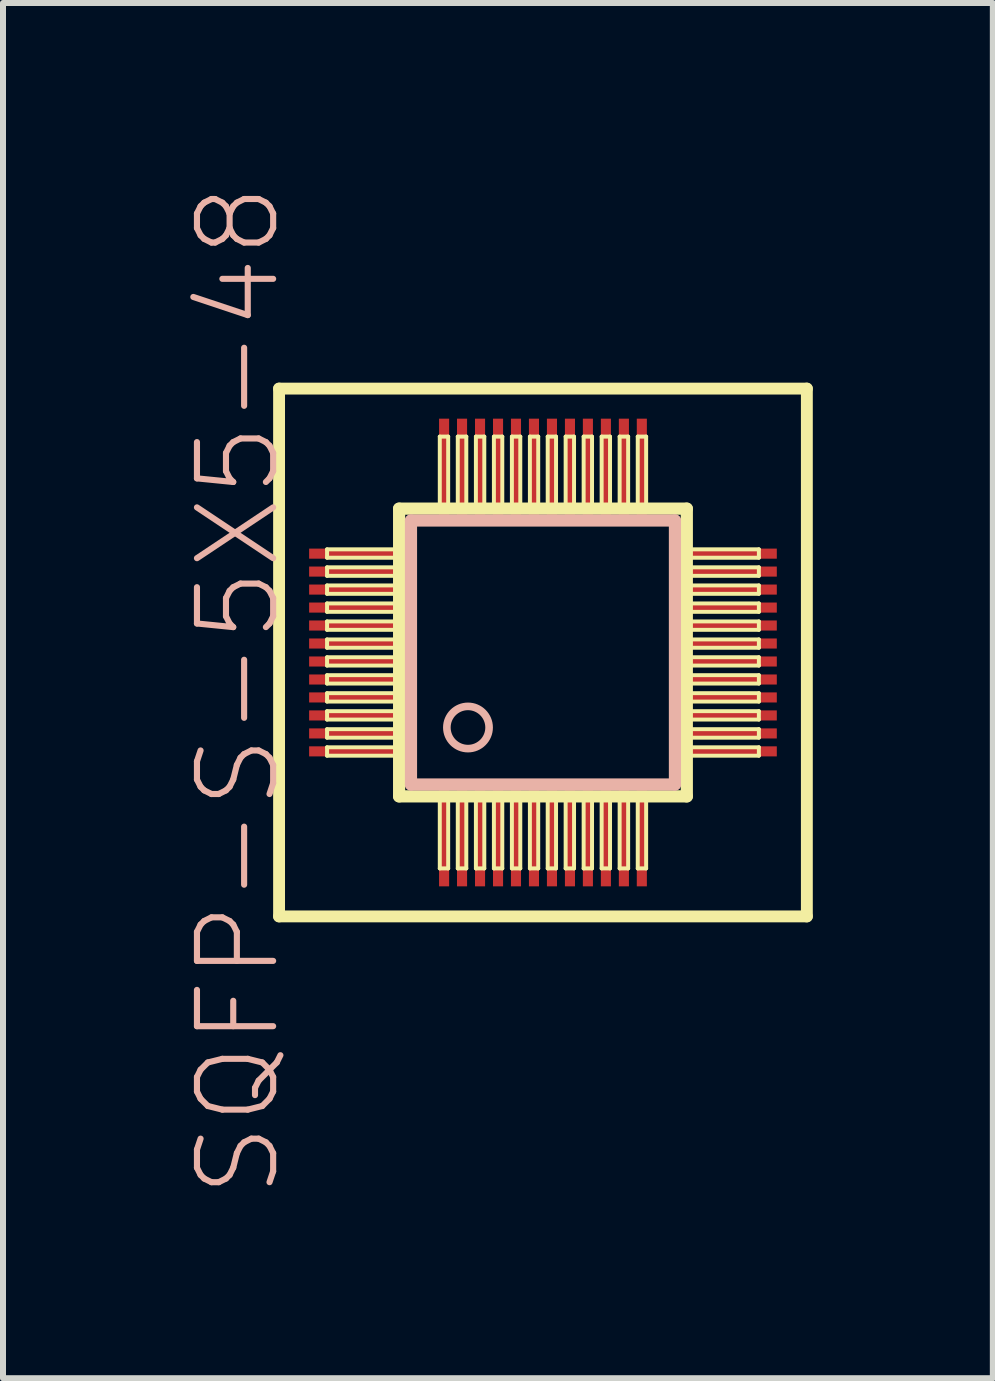
<source format=kicad_pcb>
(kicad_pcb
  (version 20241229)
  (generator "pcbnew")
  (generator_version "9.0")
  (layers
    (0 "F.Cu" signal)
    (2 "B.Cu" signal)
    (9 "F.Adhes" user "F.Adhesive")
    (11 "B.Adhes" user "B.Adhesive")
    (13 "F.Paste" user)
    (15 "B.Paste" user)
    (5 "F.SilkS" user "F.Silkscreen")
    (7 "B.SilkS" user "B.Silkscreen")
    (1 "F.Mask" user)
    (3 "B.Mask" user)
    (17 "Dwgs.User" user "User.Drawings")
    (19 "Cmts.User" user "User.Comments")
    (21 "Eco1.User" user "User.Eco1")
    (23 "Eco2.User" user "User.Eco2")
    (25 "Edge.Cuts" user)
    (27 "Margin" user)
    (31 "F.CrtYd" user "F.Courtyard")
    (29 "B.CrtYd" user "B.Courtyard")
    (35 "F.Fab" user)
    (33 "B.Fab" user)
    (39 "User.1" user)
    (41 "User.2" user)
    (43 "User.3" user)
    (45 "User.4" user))
  (footprint "SQFP-S-5X5-48"
    (layer "F.Cu")
    (at 6.001 7.827)
    (property "Reference" "SQFP-S-5X5-48" (at -5.08 0.635 90) (layer "B.SilkS") (effects (font (size 1.27 1.27) (thickness 0.102))))
    (attr smd)
    (fp_line (start -4.399 -4.399) (end 4.399 -4.399) (stroke (width 0.198) (type solid)) (layer "F.SilkS"))
    (fp_line (start -4.399 4.399) (end -4.399 -4.399) (stroke (width 0.198) (type solid)) (layer "F.SilkS"))
    (fp_line (start -3.599 -1.72) (end -2.449 -1.72) (stroke (width 0.066) (type solid)) (layer "F.SilkS"))
    (fp_line (start -3.599 -1.58) (end -3.599 -1.72) (stroke (width 0.066) (type solid)) (layer "F.SilkS"))
    (fp_line (start -3.599 -1.58) (end -2.449 -1.58) (stroke (width 0.066) (type solid)) (layer "F.SilkS"))
    (fp_line (start -3.599 -1.42) (end -2.449 -1.42) (stroke (width 0.066) (type solid)) (layer "F.SilkS"))
    (fp_line (start -3.599 -1.278) (end -3.599 -1.42) (stroke (width 0.066) (type solid)) (layer "F.SilkS"))
    (fp_line (start -3.599 -1.278) (end -2.449 -1.278) (stroke (width 0.066) (type solid)) (layer "F.SilkS"))
    (fp_line (start -3.599 -1.118) (end -2.449 -1.118) (stroke (width 0.066) (type solid)) (layer "F.SilkS"))
    (fp_line (start -3.599 -0.978) (end -3.599 -1.118) (stroke (width 0.066) (type solid)) (layer "F.SilkS"))
    (fp_line (start -3.599 -0.978) (end -2.449 -0.978) (stroke (width 0.066) (type solid)) (layer "F.SilkS"))
    (fp_line (start -3.599 -0.818) (end -2.449 -0.818) (stroke (width 0.066) (type solid)) (layer "F.SilkS"))
    (fp_line (start -3.599 -0.678) (end -3.599 -0.818) (stroke (width 0.066) (type solid)) (layer "F.SilkS"))
    (fp_line (start -3.599 -0.678) (end -2.449 -0.678) (stroke (width 0.066) (type solid)) (layer "F.SilkS"))
    (fp_line (start -3.599 -0.518) (end -2.449 -0.518) (stroke (width 0.066) (type solid)) (layer "F.SilkS"))
    (fp_line (start -3.599 -0.378) (end -3.599 -0.518) (stroke (width 0.066) (type solid)) (layer "F.SilkS"))
    (fp_line (start -3.599 -0.378) (end -2.449 -0.378) (stroke (width 0.066) (type solid)) (layer "F.SilkS"))
    (fp_line (start -3.599 -0.218) (end -2.449 -0.218) (stroke (width 0.066) (type solid)) (layer "F.SilkS"))
    (fp_line (start -3.599 -0.079) (end -3.599 -0.218) (stroke (width 0.066) (type solid)) (layer "F.SilkS"))
    (fp_line (start -3.599 -0.079) (end -2.449 -0.079) (stroke (width 0.066) (type solid)) (layer "F.SilkS"))
    (fp_line (start -3.599 0.079) (end -2.449 0.079) (stroke (width 0.066) (type solid)) (layer "F.SilkS"))
    (fp_line (start -3.599 0.218) (end -3.599 0.079) (stroke (width 0.066) (type solid)) (layer "F.SilkS"))
    (fp_line (start -3.599 0.218) (end -2.449 0.218) (stroke (width 0.066) (type solid)) (layer "F.SilkS"))
    (fp_line (start -3.599 0.378) (end -2.449 0.378) (stroke (width 0.066) (type solid)) (layer "F.SilkS"))
    (fp_line (start -3.599 0.518) (end -3.599 0.378) (stroke (width 0.066) (type solid)) (layer "F.SilkS"))
    (fp_line (start -3.599 0.518) (end -2.449 0.518) (stroke (width 0.066) (type solid)) (layer "F.SilkS"))
    (fp_line (start -3.599 0.678) (end -2.449 0.678) (stroke (width 0.066) (type solid)) (layer "F.SilkS"))
    (fp_line (start -3.599 0.818) (end -3.599 0.678) (stroke (width 0.066) (type solid)) (layer "F.SilkS"))
    (fp_line (start -3.599 0.818) (end -2.449 0.818) (stroke (width 0.066) (type solid)) (layer "F.SilkS"))
    (fp_line (start -3.599 0.978) (end -2.449 0.978) (stroke (width 0.066) (type solid)) (layer "F.SilkS"))
    (fp_line (start -3.599 1.118) (end -3.599 0.978) (stroke (width 0.066) (type solid)) (layer "F.SilkS"))
    (fp_line (start -3.599 1.118) (end -2.449 1.118) (stroke (width 0.066) (type solid)) (layer "F.SilkS"))
    (fp_line (start -3.599 1.278) (end -2.449 1.278) (stroke (width 0.066) (type solid)) (layer "F.SilkS"))
    (fp_line (start -3.599 1.42) (end -3.599 1.278) (stroke (width 0.066) (type solid)) (layer "F.SilkS"))
    (fp_line (start -3.599 1.42) (end -2.449 1.42) (stroke (width 0.066) (type solid)) (layer "F.SilkS"))
    (fp_line (start -3.599 1.58) (end -2.449 1.58) (stroke (width 0.066) (type solid)) (layer "F.SilkS"))
    (fp_line (start -3.599 1.72) (end -3.599 1.58) (stroke (width 0.066) (type solid)) (layer "F.SilkS"))
    (fp_line (start -3.599 1.72) (end -2.449 1.72) (stroke (width 0.066) (type solid)) (layer "F.SilkS"))
    (fp_line (start -2.449 -1.58) (end -2.449 -1.72) (stroke (width 0.066) (type solid)) (layer "F.SilkS"))
    (fp_line (start -2.449 -1.278) (end -2.449 -1.42) (stroke (width 0.066) (type solid)) (layer "F.SilkS"))
    (fp_line (start -2.449 -0.978) (end -2.449 -1.118) (stroke (width 0.066) (type solid)) (layer "F.SilkS"))
    (fp_line (start -2.449 -0.678) (end -2.449 -0.818) (stroke (width 0.066) (type solid)) (layer "F.SilkS"))
    (fp_line (start -2.449 -0.378) (end -2.449 -0.518) (stroke (width 0.066) (type solid)) (layer "F.SilkS"))
    (fp_line (start -2.449 -0.079) (end -2.449 -0.218) (stroke (width 0.066) (type solid)) (layer "F.SilkS"))
    (fp_line (start -2.449 0.218) (end -2.449 0.079) (stroke (width 0.066) (type solid)) (layer "F.SilkS"))
    (fp_line (start -2.449 0.518) (end -2.449 0.378) (stroke (width 0.066) (type solid)) (layer "F.SilkS"))
    (fp_line (start -2.449 0.818) (end -2.449 0.678) (stroke (width 0.066) (type solid)) (layer "F.SilkS"))
    (fp_line (start -2.449 1.118) (end -2.449 0.978) (stroke (width 0.066) (type solid)) (layer "F.SilkS"))
    (fp_line (start -2.449 1.42) (end -2.449 1.278) (stroke (width 0.066) (type solid)) (layer "F.SilkS"))
    (fp_line (start -2.449 1.72) (end -2.449 1.58) (stroke (width 0.066) (type solid)) (layer "F.SilkS"))
    (fp_line (start -2.398 -2.398) (end -2.398 2.398) (stroke (width 0.203) (type solid)) (layer "F.SilkS"))
    (fp_line (start -2.398 2.398) (end 2.398 2.398) (stroke (width 0.203) (type solid)) (layer "F.SilkS"))
    (fp_line (start -1.72 -3.599) (end -1.58 -3.599) (stroke (width 0.066) (type solid)) (layer "F.SilkS"))
    (fp_line (start -1.72 -2.449) (end -1.72 -3.599) (stroke (width 0.066) (type solid)) (layer "F.SilkS"))
    (fp_line (start -1.72 -2.449) (end -1.58 -2.449) (stroke (width 0.066) (type solid)) (layer "F.SilkS"))
    (fp_line (start -1.72 2.449) (end -1.58 2.449) (stroke (width 0.066) (type solid)) (layer "F.SilkS"))
    (fp_line (start -1.72 3.599) (end -1.72 2.449) (stroke (width 0.066) (type solid)) (layer "F.SilkS"))
    (fp_line (start -1.72 3.599) (end -1.58 3.599) (stroke (width 0.066) (type solid)) (layer "F.SilkS"))
    (fp_line (start -1.58 -2.449) (end -1.58 -3.599) (stroke (width 0.066) (type solid)) (layer "F.SilkS"))
    (fp_line (start -1.58 3.599) (end -1.58 2.449) (stroke (width 0.066) (type solid)) (layer "F.SilkS"))
    (fp_line (start -1.42 -3.599) (end -1.278 -3.599) (stroke (width 0.066) (type solid)) (layer "F.SilkS"))
    (fp_line (start -1.42 -2.449) (end -1.42 -3.599) (stroke (width 0.066) (type solid)) (layer "F.SilkS"))
    (fp_line (start -1.42 -2.449) (end -1.278 -2.449) (stroke (width 0.066) (type solid)) (layer "F.SilkS"))
    (fp_line (start -1.42 2.449) (end -1.278 2.449) (stroke (width 0.066) (type solid)) (layer "F.SilkS"))
    (fp_line (start -1.42 3.599) (end -1.42 2.449) (stroke (width 0.066) (type solid)) (layer "F.SilkS"))
    (fp_line (start -1.42 3.599) (end -1.278 3.599) (stroke (width 0.066) (type solid)) (layer "F.SilkS"))
    (fp_line (start -1.278 -2.449) (end -1.278 -3.599) (stroke (width 0.066) (type solid)) (layer "F.SilkS"))
    (fp_line (start -1.278 3.599) (end -1.278 2.449) (stroke (width 0.066) (type solid)) (layer "F.SilkS"))
    (fp_line (start -1.118 -3.599) (end -0.978 -3.599) (stroke (width 0.066) (type solid)) (layer "F.SilkS"))
    (fp_line (start -1.118 -2.449) (end -1.118 -3.599) (stroke (width 0.066) (type solid)) (layer "F.SilkS"))
    (fp_line (start -1.118 -2.449) (end -0.978 -2.449) (stroke (width 0.066) (type solid)) (layer "F.SilkS"))
    (fp_line (start -1.118 2.449) (end -0.978 2.449) (stroke (width 0.066) (type solid)) (layer "F.SilkS"))
    (fp_line (start -1.118 3.599) (end -1.118 2.449) (stroke (width 0.066) (type solid)) (layer "F.SilkS"))
    (fp_line (start -1.118 3.599) (end -0.978 3.599) (stroke (width 0.066) (type solid)) (layer "F.SilkS"))
    (fp_line (start -0.978 -2.449) (end -0.978 -3.599) (stroke (width 0.066) (type solid)) (layer "F.SilkS"))
    (fp_line (start -0.978 3.599) (end -0.978 2.449) (stroke (width 0.066) (type solid)) (layer "F.SilkS"))
    (fp_line (start -0.818 -3.599) (end -0.678 -3.599) (stroke (width 0.066) (type solid)) (layer "F.SilkS"))
    (fp_line (start -0.818 -2.449) (end -0.818 -3.599) (stroke (width 0.066) (type solid)) (layer "F.SilkS"))
    (fp_line (start -0.818 -2.449) (end -0.678 -2.449) (stroke (width 0.066) (type solid)) (layer "F.SilkS"))
    (fp_line (start -0.818 2.449) (end -0.678 2.449) (stroke (width 0.066) (type solid)) (layer "F.SilkS"))
    (fp_line (start -0.818 3.599) (end -0.818 2.449) (stroke (width 0.066) (type solid)) (layer "F.SilkS"))
    (fp_line (start -0.818 3.599) (end -0.678 3.599) (stroke (width 0.066) (type solid)) (layer "F.SilkS"))
    (fp_line (start -0.678 -2.449) (end -0.678 -3.599) (stroke (width 0.066) (type solid)) (layer "F.SilkS"))
    (fp_line (start -0.678 3.599) (end -0.678 2.449) (stroke (width 0.066) (type solid)) (layer "F.SilkS"))
    (fp_line (start -0.518 -3.599) (end -0.378 -3.599) (stroke (width 0.066) (type solid)) (layer "F.SilkS"))
    (fp_line (start -0.518 -2.449) (end -0.518 -3.599) (stroke (width 0.066) (type solid)) (layer "F.SilkS"))
    (fp_line (start -0.518 -2.449) (end -0.378 -2.449) (stroke (width 0.066) (type solid)) (layer "F.SilkS"))
    (fp_line (start -0.518 2.449) (end -0.378 2.449) (stroke (width 0.066) (type solid)) (layer "F.SilkS"))
    (fp_line (start -0.518 3.599) (end -0.518 2.449) (stroke (width 0.066) (type solid)) (layer "F.SilkS"))
    (fp_line (start -0.518 3.599) (end -0.378 3.599) (stroke (width 0.066) (type solid)) (layer "F.SilkS"))
    (fp_line (start -0.378 -2.449) (end -0.378 -3.599) (stroke (width 0.066) (type solid)) (layer "F.SilkS"))
    (fp_line (start -0.378 3.599) (end -0.378 2.449) (stroke (width 0.066) (type solid)) (layer "F.SilkS"))
    (fp_line (start -0.218 -3.599) (end -0.079 -3.599) (stroke (width 0.066) (type solid)) (layer "F.SilkS"))
    (fp_line (start -0.218 -2.449) (end -0.218 -3.599) (stroke (width 0.066) (type solid)) (layer "F.SilkS"))
    (fp_line (start -0.218 -2.449) (end -0.079 -2.449) (stroke (width 0.066) (type solid)) (layer "F.SilkS"))
    (fp_line (start -0.218 2.449) (end -0.079 2.449) (stroke (width 0.066) (type solid)) (layer "F.SilkS"))
    (fp_line (start -0.218 3.599) (end -0.218 2.449) (stroke (width 0.066) (type solid)) (layer "F.SilkS"))
    (fp_line (start -0.218 3.599) (end -0.079 3.599) (stroke (width 0.066) (type solid)) (layer "F.SilkS"))
    (fp_line (start -0.079 -2.449) (end -0.079 -3.599) (stroke (width 0.066) (type solid)) (layer "F.SilkS"))
    (fp_line (start -0.079 3.599) (end -0.079 2.449) (stroke (width 0.066) (type solid)) (layer "F.SilkS"))
    (fp_line (start 0.079 -3.599) (end 0.218 -3.599) (stroke (width 0.066) (type solid)) (layer "F.SilkS"))
    (fp_line (start 0.079 -2.449) (end 0.079 -3.599) (stroke (width 0.066) (type solid)) (layer "F.SilkS"))
    (fp_line (start 0.079 -2.449) (end 0.218 -2.449) (stroke (width 0.066) (type solid)) (layer "F.SilkS"))
    (fp_line (start 0.079 2.449) (end 0.218 2.449) (stroke (width 0.066) (type solid)) (layer "F.SilkS"))
    (fp_line (start 0.079 3.599) (end 0.079 2.449) (stroke (width 0.066) (type solid)) (layer "F.SilkS"))
    (fp_line (start 0.079 3.599) (end 0.218 3.599) (stroke (width 0.066) (type solid)) (layer "F.SilkS"))
    (fp_line (start 0.218 -2.449) (end 0.218 -3.599) (stroke (width 0.066) (type solid)) (layer "F.SilkS"))
    (fp_line (start 0.218 3.599) (end 0.218 2.449) (stroke (width 0.066) (type solid)) (layer "F.SilkS"))
    (fp_line (start 0.378 -3.599) (end 0.518 -3.599) (stroke (width 0.066) (type solid)) (layer "F.SilkS"))
    (fp_line (start 0.378 -2.449) (end 0.378 -3.599) (stroke (width 0.066) (type solid)) (layer "F.SilkS"))
    (fp_line (start 0.378 -2.449) (end 0.518 -2.449) (stroke (width 0.066) (type solid)) (layer "F.SilkS"))
    (fp_line (start 0.378 2.449) (end 0.518 2.449) (stroke (width 0.066) (type solid)) (layer "F.SilkS"))
    (fp_line (start 0.378 3.599) (end 0.378 2.449) (stroke (width 0.066) (type solid)) (layer "F.SilkS"))
    (fp_line (start 0.378 3.599) (end 0.518 3.599) (stroke (width 0.066) (type solid)) (layer "F.SilkS"))
    (fp_line (start 0.518 -2.449) (end 0.518 -3.599) (stroke (width 0.066) (type solid)) (layer "F.SilkS"))
    (fp_line (start 0.518 3.599) (end 0.518 2.449) (stroke (width 0.066) (type solid)) (layer "F.SilkS"))
    (fp_line (start 0.678 -3.599) (end 0.818 -3.599) (stroke (width 0.066) (type solid)) (layer "F.SilkS"))
    (fp_line (start 0.678 -2.449) (end 0.678 -3.599) (stroke (width 0.066) (type solid)) (layer "F.SilkS"))
    (fp_line (start 0.678 -2.449) (end 0.818 -2.449) (stroke (width 0.066) (type solid)) (layer "F.SilkS"))
    (fp_line (start 0.678 2.449) (end 0.818 2.449) (stroke (width 0.066) (type solid)) (layer "F.SilkS"))
    (fp_line (start 0.678 3.599) (end 0.678 2.449) (stroke (width 0.066) (type solid)) (layer "F.SilkS"))
    (fp_line (start 0.678 3.599) (end 0.818 3.599) (stroke (width 0.066) (type solid)) (layer "F.SilkS"))
    (fp_line (start 0.818 -2.449) (end 0.818 -3.599) (stroke (width 0.066) (type solid)) (layer "F.SilkS"))
    (fp_line (start 0.818 3.599) (end 0.818 2.449) (stroke (width 0.066) (type solid)) (layer "F.SilkS"))
    (fp_line (start 0.978 -3.599) (end 1.118 -3.599) (stroke (width 0.066) (type solid)) (layer "F.SilkS"))
    (fp_line (start 0.978 -2.449) (end 0.978 -3.599) (stroke (width 0.066) (type solid)) (layer "F.SilkS"))
    (fp_line (start 0.978 -2.449) (end 1.118 -2.449) (stroke (width 0.066) (type solid)) (layer "F.SilkS"))
    (fp_line (start 0.978 2.449) (end 1.118 2.449) (stroke (width 0.066) (type solid)) (layer "F.SilkS"))
    (fp_line (start 0.978 3.599) (end 0.978 2.449) (stroke (width 0.066) (type solid)) (layer "F.SilkS"))
    (fp_line (start 0.978 3.599) (end 1.118 3.599) (stroke (width 0.066) (type solid)) (layer "F.SilkS"))
    (fp_line (start 1.118 -2.449) (end 1.118 -3.599) (stroke (width 0.066) (type solid)) (layer "F.SilkS"))
    (fp_line (start 1.118 3.599) (end 1.118 2.449) (stroke (width 0.066) (type solid)) (layer "F.SilkS"))
    (fp_line (start 1.278 -3.599) (end 1.42 -3.599) (stroke (width 0.066) (type solid)) (layer "F.SilkS"))
    (fp_line (start 1.278 -2.449) (end 1.278 -3.599) (stroke (width 0.066) (type solid)) (layer "F.SilkS"))
    (fp_line (start 1.278 -2.449) (end 1.42 -2.449) (stroke (width 0.066) (type solid)) (layer "F.SilkS"))
    (fp_line (start 1.278 2.449) (end 1.42 2.449) (stroke (width 0.066) (type solid)) (layer "F.SilkS"))
    (fp_line (start 1.278 3.599) (end 1.278 2.449) (stroke (width 0.066) (type solid)) (layer "F.SilkS"))
    (fp_line (start 1.278 3.599) (end 1.42 3.599) (stroke (width 0.066) (type solid)) (layer "F.SilkS"))
    (fp_line (start 1.42 -2.449) (end 1.42 -3.599) (stroke (width 0.066) (type solid)) (layer "F.SilkS"))
    (fp_line (start 1.42 3.599) (end 1.42 2.449) (stroke (width 0.066) (type solid)) (layer "F.SilkS"))
    (fp_line (start 1.58 -3.599) (end 1.72 -3.599) (stroke (width 0.066) (type solid)) (layer "F.SilkS"))
    (fp_line (start 1.58 -2.449) (end 1.58 -3.599) (stroke (width 0.066) (type solid)) (layer "F.SilkS"))
    (fp_line (start 1.58 -2.449) (end 1.72 -2.449) (stroke (width 0.066) (type solid)) (layer "F.SilkS"))
    (fp_line (start 1.58 2.449) (end 1.72 2.449) (stroke (width 0.066) (type solid)) (layer "F.SilkS"))
    (fp_line (start 1.58 3.599) (end 1.58 2.449) (stroke (width 0.066) (type solid)) (layer "F.SilkS"))
    (fp_line (start 1.58 3.599) (end 1.72 3.599) (stroke (width 0.066) (type solid)) (layer "F.SilkS"))
    (fp_line (start 1.72 -2.449) (end 1.72 -3.599) (stroke (width 0.066) (type solid)) (layer "F.SilkS"))
    (fp_line (start 1.72 3.599) (end 1.72 2.449) (stroke (width 0.066) (type solid)) (layer "F.SilkS"))
    (fp_line (start 2.398 -2.398) (end -2.398 -2.398) (stroke (width 0.203) (type solid)) (layer "F.SilkS"))
    (fp_line (start 2.398 2.398) (end 2.398 -2.398) (stroke (width 0.203) (type solid)) (layer "F.SilkS"))
    (fp_line (start 2.449 -1.72) (end 3.599 -1.72) (stroke (width 0.066) (type solid)) (layer "F.SilkS"))
    (fp_line (start 2.449 -1.58) (end 2.449 -1.72) (stroke (width 0.066) (type solid)) (layer "F.SilkS"))
    (fp_line (start 2.449 -1.58) (end 3.599 -1.58) (stroke (width 0.066) (type solid)) (layer "F.SilkS"))
    (fp_line (start 2.449 -1.42) (end 3.599 -1.42) (stroke (width 0.066) (type solid)) (layer "F.SilkS"))
    (fp_line (start 2.449 -1.278) (end 2.449 -1.42) (stroke (width 0.066) (type solid)) (layer "F.SilkS"))
    (fp_line (start 2.449 -1.278) (end 3.599 -1.278) (stroke (width 0.066) (type solid)) (layer "F.SilkS"))
    (fp_line (start 2.449 -1.118) (end 3.599 -1.118) (stroke (width 0.066) (type solid)) (layer "F.SilkS"))
    (fp_line (start 2.449 -0.978) (end 2.449 -1.118) (stroke (width 0.066) (type solid)) (layer "F.SilkS"))
    (fp_line (start 2.449 -0.978) (end 3.599 -0.978) (stroke (width 0.066) (type solid)) (layer "F.SilkS"))
    (fp_line (start 2.449 -0.818) (end 3.599 -0.818) (stroke (width 0.066) (type solid)) (layer "F.SilkS"))
    (fp_line (start 2.449 -0.678) (end 2.449 -0.818) (stroke (width 0.066) (type solid)) (layer "F.SilkS"))
    (fp_line (start 2.449 -0.678) (end 3.599 -0.678) (stroke (width 0.066) (type solid)) (layer "F.SilkS"))
    (fp_line (start 2.449 -0.518) (end 3.599 -0.518) (stroke (width 0.066) (type solid)) (layer "F.SilkS"))
    (fp_line (start 2.449 -0.378) (end 2.449 -0.518) (stroke (width 0.066) (type solid)) (layer "F.SilkS"))
    (fp_line (start 2.449 -0.378) (end 3.599 -0.378) (stroke (width 0.066) (type solid)) (layer "F.SilkS"))
    (fp_line (start 2.449 -0.218) (end 3.599 -0.218) (stroke (width 0.066) (type solid)) (layer "F.SilkS"))
    (fp_line (start 2.449 -0.079) (end 2.449 -0.218) (stroke (width 0.066) (type solid)) (layer "F.SilkS"))
    (fp_line (start 2.449 -0.079) (end 3.599 -0.079) (stroke (width 0.066) (type solid)) (layer "F.SilkS"))
    (fp_line (start 2.449 0.079) (end 3.599 0.079) (stroke (width 0.066) (type solid)) (layer "F.SilkS"))
    (fp_line (start 2.449 0.218) (end 2.449 0.079) (stroke (width 0.066) (type solid)) (layer "F.SilkS"))
    (fp_line (start 2.449 0.218) (end 3.599 0.218) (stroke (width 0.066) (type solid)) (layer "F.SilkS"))
    (fp_line (start 2.449 0.378) (end 3.599 0.378) (stroke (width 0.066) (type solid)) (layer "F.SilkS"))
    (fp_line (start 2.449 0.518) (end 2.449 0.378) (stroke (width 0.066) (type solid)) (layer "F.SilkS"))
    (fp_line (start 2.449 0.518) (end 3.599 0.518) (stroke (width 0.066) (type solid)) (layer "F.SilkS"))
    (fp_line (start 2.449 0.678) (end 3.599 0.678) (stroke (width 0.066) (type solid)) (layer "F.SilkS"))
    (fp_line (start 2.449 0.818) (end 2.449 0.678) (stroke (width 0.066) (type solid)) (layer "F.SilkS"))
    (fp_line (start 2.449 0.818) (end 3.599 0.818) (stroke (width 0.066) (type solid)) (layer "F.SilkS"))
    (fp_line (start 2.449 0.978) (end 3.599 0.978) (stroke (width 0.066) (type solid)) (layer "F.SilkS"))
    (fp_line (start 2.449 1.118) (end 2.449 0.978) (stroke (width 0.066) (type solid)) (layer "F.SilkS"))
    (fp_line (start 2.449 1.118) (end 3.599 1.118) (stroke (width 0.066) (type solid)) (layer "F.SilkS"))
    (fp_line (start 2.449 1.278) (end 3.599 1.278) (stroke (width 0.066) (type solid)) (layer "F.SilkS"))
    (fp_line (start 2.449 1.42) (end 2.449 1.278) (stroke (width 0.066) (type solid)) (layer "F.SilkS"))
    (fp_line (start 2.449 1.42) (end 3.599 1.42) (stroke (width 0.066) (type solid)) (layer "F.SilkS"))
    (fp_line (start 2.449 1.58) (end 3.599 1.58) (stroke (width 0.066) (type solid)) (layer "F.SilkS"))
    (fp_line (start 2.449 1.72) (end 2.449 1.58) (stroke (width 0.066) (type solid)) (layer "F.SilkS"))
    (fp_line (start 2.449 1.72) (end 3.599 1.72) (stroke (width 0.066) (type solid)) (layer "F.SilkS"))
    (fp_line (start 3.599 -1.58) (end 3.599 -1.72) (stroke (width 0.066) (type solid)) (layer "F.SilkS"))
    (fp_line (start 3.599 -1.278) (end 3.599 -1.42) (stroke (width 0.066) (type solid)) (layer "F.SilkS"))
    (fp_line (start 3.599 -0.978) (end 3.599 -1.118) (stroke (width 0.066) (type solid)) (layer "F.SilkS"))
    (fp_line (start 3.599 -0.678) (end 3.599 -0.818) (stroke (width 0.066) (type solid)) (layer "F.SilkS"))
    (fp_line (start 3.599 -0.378) (end 3.599 -0.518) (stroke (width 0.066) (type solid)) (layer "F.SilkS"))
    (fp_line (start 3.599 -0.079) (end 3.599 -0.218) (stroke (width 0.066) (type solid)) (layer "F.SilkS"))
    (fp_line (start 3.599 0.218) (end 3.599 0.079) (stroke (width 0.066) (type solid)) (layer "F.SilkS"))
    (fp_line (start 3.599 0.518) (end 3.599 0.378) (stroke (width 0.066) (type solid)) (layer "F.SilkS"))
    (fp_line (start 3.599 0.818) (end 3.599 0.678) (stroke (width 0.066) (type solid)) (layer "F.SilkS"))
    (fp_line (start 3.599 1.118) (end 3.599 0.978) (stroke (width 0.066) (type solid)) (layer "F.SilkS"))
    (fp_line (start 3.599 1.42) (end 3.599 1.278) (stroke (width 0.066) (type solid)) (layer "F.SilkS"))
    (fp_line (start 3.599 1.72) (end 3.599 1.58) (stroke (width 0.066) (type solid)) (layer "F.SilkS"))
    (fp_line (start 4.399 -4.399) (end 4.399 4.399) (stroke (width 0.198) (type solid)) (layer "F.SilkS"))
    (fp_line (start 4.399 4.399) (end -4.399 4.399) (stroke (width 0.198) (type solid)) (layer "F.SilkS"))
    (fp_line (start -2.2 -2.2) (end 2.2 -2.2) (stroke (width 0.203) (type solid)) (layer "B.SilkS"))
    (fp_line (start -2.2 2.2) (end -2.2 -2.2) (stroke (width 0.203) (type solid)) (layer "B.SilkS"))
    (fp_line (start 2.2 -2.2) (end 2.2 2.2) (stroke (width 0.203) (type solid)) (layer "B.SilkS"))
    (fp_line (start 2.2 2.2) (end -2.2 2.2) (stroke (width 0.203) (type solid)) (layer "B.SilkS"))
    (fp_circle (center -1.25 1.25) (end -1.499 1.499) (stroke (width 0.127) (type solid)) (fill no) (layer "B.SilkS"))
    (pad "1" smd rect (at -1.648 3.099) (size 0.168 1.598) (layers "F.Cu" "F.Mask" "F.Paste"))
    (pad "2" smd rect (at -1.349 3.099) (size 0.168 1.598) (layers "F.Cu" "F.Mask" "F.Paste"))
    (pad "3" smd rect (at -1.049 3.099) (size 0.168 1.598) (layers "F.Cu" "F.Mask" "F.Paste"))
    (pad "4" smd rect (at -0.749 3.099) (size 0.168 1.598) (layers "F.Cu" "F.Mask" "F.Paste"))
    (pad "5" smd rect (at -0.45 3.099) (size 0.168 1.598) (layers "F.Cu" "F.Mask" "F.Paste"))
    (pad "6" smd rect (at -0.15 3.099) (size 0.168 1.598) (layers "F.Cu" "F.Mask" "F.Paste"))
    (pad "7" smd rect (at 0.15 3.099) (size 0.168 1.598) (layers "F.Cu" "F.Mask" "F.Paste"))
    (pad "8" smd rect (at 0.45 3.099) (size 0.168 1.598) (layers "F.Cu" "F.Mask" "F.Paste"))
    (pad "9" smd rect (at 0.749 3.099) (size 0.168 1.598) (layers "F.Cu" "F.Mask" "F.Paste"))
    (pad "10" smd rect (at 1.049 3.099) (size 0.168 1.598) (layers "F.Cu" "F.Mask" "F.Paste"))
    (pad "11" smd rect (at 1.349 3.099) (size 0.168 1.598) (layers "F.Cu" "F.Mask" "F.Paste"))
    (pad "12" smd rect (at 1.648 3.099) (size 0.168 1.598) (layers "F.Cu" "F.Mask" "F.Paste"))
    (pad "13" smd rect (at 3.099 1.648) (size 1.598 0.168) (layers "F.Cu" "F.Mask" "F.Paste"))
    (pad "14" smd rect (at 3.099 1.349) (size 1.598 0.168) (layers "F.Cu" "F.Mask" "F.Paste"))
    (pad "15" smd rect (at 3.099 1.049) (size 1.598 0.168) (layers "F.Cu" "F.Mask" "F.Paste"))
    (pad "16" smd rect (at 3.099 0.749) (size 1.598 0.168) (layers "F.Cu" "F.Mask" "F.Paste"))
    (pad "17" smd rect (at 3.099 0.45) (size 1.598 0.168) (layers "F.Cu" "F.Mask" "F.Paste"))
    (pad "18" smd rect (at 3.099 0.15) (size 1.598 0.168) (layers "F.Cu" "F.Mask" "F.Paste"))
    (pad "19" smd rect (at 3.099 -0.15) (size 1.598 0.168) (layers "F.Cu" "F.Mask" "F.Paste"))
    (pad "20" smd rect (at 3.099 -0.45) (size 1.598 0.168) (layers "F.Cu" "F.Mask" "F.Paste"))
    (pad "21" smd rect (at 3.099 -0.749) (size 1.598 0.168) (layers "F.Cu" "F.Mask" "F.Paste"))
    (pad "22" smd rect (at 3.099 -1.049) (size 1.598 0.168) (layers "F.Cu" "F.Mask" "F.Paste"))
    (pad "23" smd rect (at 3.099 -1.349) (size 1.598 0.168) (layers "F.Cu" "F.Mask" "F.Paste"))
    (pad "24" smd rect (at 3.099 -1.648) (size 1.598 0.168) (layers "F.Cu" "F.Mask" "F.Paste"))
    (pad "25" smd rect (at 1.648 -3.099) (size 0.168 1.598) (layers "F.Cu" "F.Mask" "F.Paste"))
    (pad "26" smd rect (at 1.349 -3.099) (size 0.168 1.598) (layers "F.Cu" "F.Mask" "F.Paste"))
    (pad "27" smd rect (at 1.049 -3.099) (size 0.168 1.598) (layers "F.Cu" "F.Mask" "F.Paste"))
    (pad "28" smd rect (at 0.749 -3.099) (size 0.168 1.598) (layers "F.Cu" "F.Mask" "F.Paste"))
    (pad "29" smd rect (at 0.45 -3.099) (size 0.168 1.598) (layers "F.Cu" "F.Mask" "F.Paste"))
    (pad "30" smd rect (at 0.15 -3.099) (size 0.168 1.598) (layers "F.Cu" "F.Mask" "F.Paste"))
    (pad "31" smd rect (at -0.15 -3.099) (size 0.168 1.598) (layers "F.Cu" "F.Mask" "F.Paste"))
    (pad "32" smd rect (at -0.45 -3.099) (size 0.168 1.598) (layers "F.Cu" "F.Mask" "F.Paste"))
    (pad "33" smd rect (at -0.749 -3.099) (size 0.168 1.598) (layers "F.Cu" "F.Mask" "F.Paste"))
    (pad "34" smd rect (at -1.049 -3.099) (size 0.168 1.598) (layers "F.Cu" "F.Mask" "F.Paste"))
    (pad "35" smd rect (at -1.349 -3.099) (size 0.168 1.598) (layers "F.Cu" "F.Mask" "F.Paste"))
    (pad "36" smd rect (at -1.648 -3.099) (size 0.168 1.598) (layers "F.Cu" "F.Mask" "F.Paste"))
    (pad "37" smd rect (at -3.099 -1.648) (size 1.598 0.168) (layers "F.Cu" "F.Mask" "F.Paste"))
    (pad "38" smd rect (at -3.099 -1.349) (size 1.598 0.168) (layers "F.Cu" "F.Mask" "F.Paste"))
    (pad "39" smd rect (at -3.099 -1.049) (size 1.598 0.168) (layers "F.Cu" "F.Mask" "F.Paste"))
    (pad "40" smd rect (at -3.099 -0.749) (size 1.598 0.168) (layers "F.Cu" "F.Mask" "F.Paste"))
    (pad "41" smd rect (at -3.099 -0.45) (size 1.598 0.168) (layers "F.Cu" "F.Mask" "F.Paste"))
    (pad "42" smd rect (at -3.099 -0.15) (size 1.598 0.168) (layers "F.Cu" "F.Mask" "F.Paste"))
    (pad "43" smd rect (at -3.099 0.15) (size 1.598 0.168) (layers "F.Cu" "F.Mask" "F.Paste"))
    (pad "44" smd rect (at -3.099 0.45) (size 1.598 0.168) (layers "F.Cu" "F.Mask" "F.Paste"))
    (pad "45" smd rect (at -3.099 0.749) (size 1.598 0.168) (layers "F.Cu" "F.Mask" "F.Paste"))
    (pad "46" smd rect (at -3.099 1.049) (size 1.598 0.168) (layers "F.Cu" "F.Mask" "F.Paste"))
    (pad "47" smd rect (at -3.099 1.349) (size 1.598 0.168) (layers "F.Cu" "F.Mask" "F.Paste"))
    (pad "48" smd rect (at -3.099 1.648) (size 1.598 0.168) (layers "F.Cu" "F.Mask" "F.Paste")))
  (gr_rect
    (start -3 -3)
    (end 13.5 19.924)
    (stroke (width 0.1) (type default))
    (fill no)
    (layer "Edge.Cuts")))
</source>
